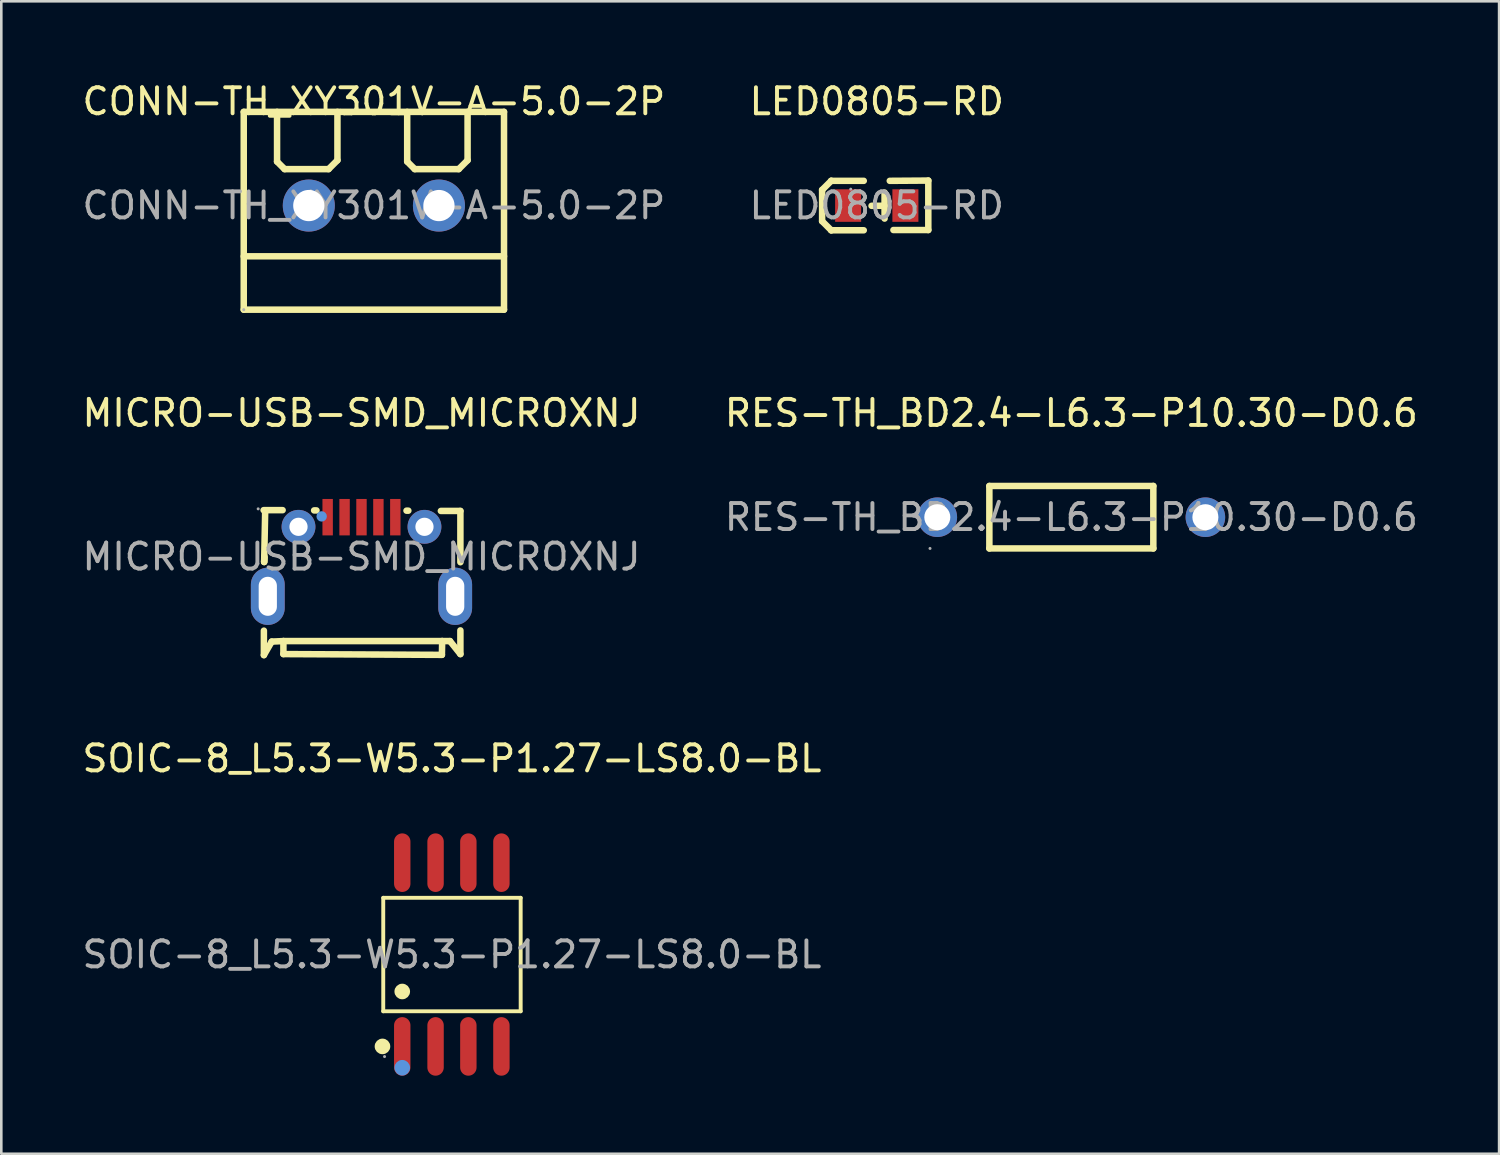
<source format=kicad_pcb>
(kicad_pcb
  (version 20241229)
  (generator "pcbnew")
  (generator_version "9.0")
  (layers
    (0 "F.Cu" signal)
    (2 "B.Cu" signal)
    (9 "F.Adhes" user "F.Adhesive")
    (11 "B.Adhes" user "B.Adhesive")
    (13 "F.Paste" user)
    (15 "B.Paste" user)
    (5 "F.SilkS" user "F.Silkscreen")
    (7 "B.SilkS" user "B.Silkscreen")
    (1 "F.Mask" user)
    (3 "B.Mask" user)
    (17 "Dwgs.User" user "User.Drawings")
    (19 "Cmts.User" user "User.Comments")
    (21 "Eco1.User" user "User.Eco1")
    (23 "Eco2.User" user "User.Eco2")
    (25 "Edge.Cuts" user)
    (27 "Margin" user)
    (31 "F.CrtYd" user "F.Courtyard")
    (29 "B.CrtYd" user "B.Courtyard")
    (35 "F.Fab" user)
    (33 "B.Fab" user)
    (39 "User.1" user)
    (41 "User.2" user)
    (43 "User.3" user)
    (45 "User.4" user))
  (footprint "LED0805-RD"
    (layer "F.Cu")
    (at 30.637 4.848)
    (property "Reference" "LED0805-RD" (at 0 -4 0) (layer "F.SilkS") (effects (font (size 1 1) (thickness 0.15))))
    (attr smd)
    (fp_line (start -2.1 -0.6) (end -2.1 0.6) (stroke (width 0.25) (type solid)) (layer "F.SilkS"))
    (fp_line (start -1.75 -0.95) (end -2.1 -0.6) (stroke (width 0.25) (type solid)) (layer "F.SilkS"))
    (fp_line (start -1.75 -0.95) (end -1.75 -0.95) (stroke (width 0.25) (type solid)) (layer "F.SilkS"))
    (fp_line (start -1.75 0.95) (end -2.1 0.6) (stroke (width 0.25) (type solid)) (layer "F.SilkS"))
    (fp_line (start -1.75 0.95) (end -1.75 0.95) (stroke (width 0.25) (type solid)) (layer "F.SilkS"))
    (fp_line (start -0.5 -0.95) (end -1.75 -0.95) (stroke (width 0.25) (type solid)) (layer "F.SilkS"))
    (fp_line (start -0.5 0.95) (end -1.75 0.95) (stroke (width 0.25) (type solid)) (layer "F.SilkS"))
    (fp_line (start 0.3 -0.5) (end 0.3 0.5) (stroke (width 0.25) (type solid)) (layer "F.SilkS"))
    (fp_line (start 0.3 0.01) (end -0.2 0.01) (stroke (width 0.25) (type solid)) (layer "F.SilkS"))
    (fp_line (start 0.5 -0.95) (end 1.98 -0.96) (stroke (width 0.25) (type solid)) (layer "F.SilkS"))
    (fp_line (start 0.64 0.94) (end 1.98 0.94) (stroke (width 0.25) (type solid)) (layer "F.SilkS"))
    (fp_line (start 1.98 -0.96) (end 1.98 0.94) (stroke (width 0.25) (type solid)) (layer "F.SilkS"))
    (fp_circle (center -1 -0.63) (end -0.97 -0.63) (stroke (width 0.06) (type solid)) (fill no) (layer "F.Fab"))
    (fp_text user "${REFERENCE}" (at 0 0 0) (layer "F.Fab") (effects (font (size 1 1) (thickness 0.15))))
    (pad "1" smd rect (at -1.1 0 180) (size 1 1.25) (layers "F.Cu" "F.Mask" "F.Paste"))
    (pad "2" smd rect (at 1.1 0 180) (size 1 1.25) (layers "F.Cu" "F.Mask" "F.Paste")))
  (footprint "CONN-TH_XY301V-A-5.0-2P"
    (layer "F.Cu")
    (at 11.315 4.848)
    (property "Reference" "CONN-TH_XY301V-A-5.0-2P" (at 0 -4 0) (layer "F.SilkS") (effects (font (size 1 1) (thickness 0.15))))
    (attr smd)
    (fp_line (start -5 -3.6) (end -5 4) (stroke (width 0.25) (type solid)) (layer "F.SilkS"))
    (fp_line (start -5 -3.6) (end 5 -3.6) (stroke (width 0.25) (type solid)) (layer "F.SilkS"))
    (fp_line (start -5 1.95) (end 5 1.95) (stroke (width 0.25) (type solid)) (layer "F.SilkS"))
    (fp_line (start -5 4) (end 5 4) (stroke (width 0.25) (type solid)) (layer "F.SilkS"))
    (fp_line (start -3.72 -3.6) (end -3.72 -1.69) (stroke (width 0.25) (type solid)) (layer "F.SilkS"))
    (fp_line (start -3.72 -1.69) (end -3.43 -1.4) (stroke (width 0.25) (type solid)) (layer "F.SilkS"))
    (fp_line (start -3.43 -1.4) (end -1.74 -1.4) (stroke (width 0.25) (type solid)) (layer "F.SilkS"))
    (fp_line (start -1.74 -1.4) (end -1.4 -1.74) (stroke (width 0.25) (type solid)) (layer "F.SilkS"))
    (fp_line (start -1.4 -1.74) (end -1.4 -3.6) (stroke (width 0.25) (type solid)) (layer "F.SilkS"))
    (fp_line (start 1.28 -3.6) (end 1.28 -1.69) (stroke (width 0.25) (type solid)) (layer "F.SilkS"))
    (fp_line (start 1.28 -1.69) (end 1.57 -1.4) (stroke (width 0.25) (type solid)) (layer "F.SilkS"))
    (fp_line (start 1.57 -1.4) (end 3.26 -1.4) (stroke (width 0.25) (type solid)) (layer "F.SilkS"))
    (fp_line (start 3.26 -1.4) (end 3.6 -1.74) (stroke (width 0.25) (type solid)) (layer "F.SilkS"))
    (fp_line (start 3.6 -1.74) (end 3.6 -3.6) (stroke (width 0.25) (type solid)) (layer "F.SilkS"))
    (fp_line (start 5 -3.6) (end 5 4) (stroke (width 0.25) (type solid)) (layer "F.SilkS"))
    (fp_circle (center -5 4) (end -4.97 4) (stroke (width 0.06) (type solid)) (fill no) (layer "F.Fab"))
    (fp_circle (center -2.5 0) (end -2.25 0) (stroke (width 0.5) (type solid)) (fill no) (layer "F.Fab"))
    (fp_circle (center 2.5 0) (end 2.75 0) (stroke (width 0.5) (type solid)) (fill no) (layer "F.Fab"))
    (fp_text user "${REFERENCE}" (at 0 0 0) (layer "F.Fab") (effects (font (size 1 1) (thickness 0.15))))
    (pad "1" thru_hole circle (at -2.5 0) (size 2 2) (drill 1.2) (layers "*.Cu" "*.Paste" "*.Mask"))
    (pad "2" thru_hole circle (at 2.5 0) (size 2 2) (drill 1.2) (layers "*.Cu" "*.Paste" "*.Mask")))
  (footprint "SOIC-8_L5.3-W5.3-P1.27-LS8.0-BL"
    (layer "F.Cu")
    (at 14.315 33.625)
    (property "Reference" "SOIC-8_L5.3-W5.3-P1.27-LS8.0-BL" (at 0 -7.53 0) (layer "F.SilkS") (effects (font (size 1 1) (thickness 0.15))))
    (attr smd)
    (fp_line (start -2.64 -2.18) (end 2.64 -2.18) (stroke (width 0.15) (type solid)) (layer "F.SilkS"))
    (fp_line (start -2.64 2.18) (end -2.64 -2.18) (stroke (width 0.15) (type solid)) (layer "F.SilkS"))
    (fp_line (start 2.64 -2.18) (end 2.64 2.18) (stroke (width 0.15) (type solid)) (layer "F.SilkS"))
    (fp_line (start 2.64 2.18) (end -2.64 2.18) (stroke (width 0.15) (type solid)) (layer "F.SilkS"))
    (fp_circle (center -2.67 3.53) (end -2.52 3.53) (stroke (width 0.3) (type solid)) (fill no) (layer "F.SilkS"))
    (fp_circle (center -1.91 1.42) (end -1.76 1.42) (stroke (width 0.3) (type solid)) (fill no) (layer "F.SilkS"))
    (fp_circle (center -1.91 4.35) (end -1.76 4.35) (stroke (width 0.3) (type solid)) (fill no) (layer "Cmts.User"))
    (fp_circle (center -2.59 3.92) (end -2.56 3.92) (stroke (width 0.06) (type solid)) (fill no) (layer "F.Fab"))
    (fp_text user "${REFERENCE}" (at 0 0 0) (layer "F.Fab") (effects (font (size 1 1) (thickness 0.15))))
    (pad "1" smd oval (at -1.91 3.53) (size 0.63 2.25) (layers "F.Cu" "F.Mask" "F.Paste"))
    (pad "2" smd oval (at -0.63 3.53) (size 0.63 2.25) (layers "F.Cu" "F.Mask" "F.Paste"))
    (pad "3" smd oval (at 0.63 3.53) (size 0.63 2.25) (layers "F.Cu" "F.Mask" "F.Paste"))
    (pad "4" smd oval (at 1.9 3.53) (size 0.63 2.25) (layers "F.Cu" "F.Mask" "F.Paste"))
    (pad "5" smd oval (at 1.9 -3.53) (size 0.63 2.25) (layers "F.Cu" "F.Mask" "F.Paste"))
    (pad "6" smd oval (at 0.63 -3.53) (size 0.63 2.25) (layers "F.Cu" "F.Mask" "F.Paste"))
    (pad "7" smd oval (at -0.63 -3.53) (size 0.63 2.25) (layers "F.Cu" "F.Mask" "F.Paste"))
    (pad "8" smd oval (at -1.91 -3.53) (size 0.63 2.25) (layers "F.Cu" "F.Mask" "F.Paste")))
  (footprint "MICRO-USB-SMD_MICROXNJ"
    (layer "F.Cu")
    (at 10.839 18.341)
    (property "Reference" "MICRO-USB-SMD_MICROXNJ" (at 0 -5.52 0) (layer "F.SilkS") (effects (font (size 1 1) (thickness 0.15))))
    (attr smd)
    (fp_line (start -3.76 -1.79) (end -3.03 -1.79) (stroke (width 0.25) (type solid)) (layer "F.SilkS"))
    (fp_line (start -3.75 3.78) (end -3.75 2.84) (stroke (width 0.25) (type solid)) (layer "F.SilkS"))
    (fp_line (start -3.74 0.2) (end -3.73 -0.01) (stroke (width 0.25) (type solid)) (layer "F.SilkS"))
    (fp_line (start -3.74 0.2) (end -3.73 0.03) (stroke (width 0.25) (type solid)) (layer "F.SilkS"))
    (fp_line (start -3.74 0.2) (end -3.7 -1.76) (stroke (width 0.25) (type solid)) (layer "F.SilkS"))
    (fp_line (start -3.45 3.26) (end -3.75 3.78) (stroke (width 0.25) (type solid)) (layer "F.SilkS"))
    (fp_line (start -3 3.24) (end -3.45 3.26) (stroke (width 0.25) (type solid)) (layer "F.SilkS"))
    (fp_line (start -3 3.24) (end -3 3.74) (stroke (width 0.25) (type solid)) (layer "F.SilkS"))
    (fp_line (start -3 3.24) (end 3.1 3.24) (stroke (width 0.25) (type solid)) (layer "F.SilkS"))
    (fp_line (start -3 3.74) (end 3.09 3.77) (stroke (width 0.25) (type solid)) (layer "F.SilkS"))
    (fp_line (start -1.82 -1.78) (end -1.73 -1.78) (stroke (width 0.25) (type solid)) (layer "F.SilkS"))
    (fp_line (start 1.73 -1.77) (end 1.8 -1.77) (stroke (width 0.25) (type solid)) (layer "F.SilkS"))
    (fp_line (start 3.05 -1.76) (end 3.8 -1.76) (stroke (width 0.25) (type solid)) (layer "F.SilkS"))
    (fp_line (start 3.09 3.77) (end 3.1 3.24) (stroke (width 0.25) (type solid)) (layer "F.SilkS"))
    (fp_line (start 3.1 3.24) (end 3.4 3.24) (stroke (width 0.25) (type solid)) (layer "F.SilkS"))
    (fp_line (start 3.4 3.24) (end 3.8 3.74) (stroke (width 0.25) (type solid)) (layer "F.SilkS"))
    (fp_line (start 3.8 -1.76) (end 3.8 0.21) (stroke (width 0.25) (type solid)) (layer "F.SilkS"))
    (fp_line (start 3.8 3.74) (end 3.8 2.83) (stroke (width 0.25) (type solid)) (layer "F.SilkS"))
    (fp_circle (center -1.53 -1.55) (end -1.43 -1.55) (stroke (width 0.2) (type solid)) (fill no) (layer "Cmts.User"))
    (fp_circle (center -3.97 -1.84) (end -3.94 -1.84) (stroke (width 0.06) (type solid)) (fill no) (layer "F.Fab"))
    (fp_text user "${REFERENCE}" (at 0 0 0) (layer "F.Fab") (effects (font (size 1 1) (thickness 0.15))))
    (pad "1" smd rect (at -1.3 -1.52 270) (size 1.4 0.4) (layers "F.Cu" "F.Mask" "F.Paste"))
    (pad "2" smd rect (at -0.65 -1.52 270) (size 1.4 0.4) (layers "F.Cu" "F.Mask" "F.Paste"))
    (pad "3" smd rect (at 0 -1.52 270) (size 1.4 0.4) (layers "F.Cu" "F.Mask" "F.Paste"))
    (pad "4" smd rect (at 0.65 -1.52 270) (size 1.4 0.4) (layers "F.Cu" "F.Mask" "F.Paste"))
    (pad "5" smd rect (at 1.3 -1.52 270) (size 1.4 0.4) (layers "F.Cu" "F.Mask" "F.Paste"))
    (pad "6" thru_hole circle (at 2.42 -1.15) (size 1.3 1.3) (drill 0.7) (layers "*.Cu" "*.Paste" "*.Mask"))
    (pad "7" thru_hole oval (at 3.6 1.52) (size 1.3 2.2) (drill oval 0.7 1.5) (layers "*.Cu" "*.Paste" "*.Mask"))
    (pad "8" thru_hole oval (at -3.6 1.52) (size 1.3 2.2) (drill oval 0.7 1.5) (layers "*.Cu" "*.Paste" "*.Mask"))
    (pad "9" thru_hole circle (at -2.42 -1.15) (size 1.3 1.3) (drill 0.7) (layers "*.Cu" "*.Paste" "*.Mask")))
  (footprint "RES-TH_BD2.4-L6.3-P10.30-D0.6"
    (layer "F.Cu")
    (at 38.113 16.822)
    (property "Reference" "RES-TH_BD2.4-L6.3-P10.30-D0.6" (at 0 -4 0) (layer "F.SilkS") (effects (font (size 1 1) (thickness 0.15))))
    (attr smd)
    (fp_line (start -3.15 -1.2) (end 3.15 -1.2) (stroke (width 0.25) (type solid)) (layer "F.SilkS"))
    (fp_line (start -3.15 1.2) (end -3.15 -1.2) (stroke (width 0.25) (type solid)) (layer "F.SilkS"))
    (fp_line (start 3.15 -1.2) (end 3.15 1.2) (stroke (width 0.25) (type solid)) (layer "F.SilkS"))
    (fp_line (start 3.15 1.2) (end -3.15 1.2) (stroke (width 0.25) (type solid)) (layer "F.SilkS"))
    (fp_circle (center -5.43 1.2) (end -5.4 1.2) (stroke (width 0.06) (type solid)) (fill no) (layer "F.Fab"))
    (fp_circle (center -5.15 0) (end -5.01 0) (stroke (width 0.28) (type solid)) (fill no) (layer "F.Fab"))
    (fp_circle (center 5.15 0) (end 5.29 0) (stroke (width 0.28) (type solid)) (fill no) (layer "F.Fab"))
    (fp_text user "${REFERENCE}" (at 0 0 0) (layer "F.Fab") (effects (font (size 1 1) (thickness 0.15))))
    (pad "1" thru_hole circle (at -5.15 0) (size 1.52 1.52) (drill 1) (layers "*.Cu" "*.Paste" "*.Mask"))
    (pad "2" thru_hole circle (at 5.15 0) (size 1.52 1.52) (drill 1) (layers "*.Cu" "*.Paste" "*.Mask")))
  (gr_rect
    (start -3 -3)
    (end 54.548 41.28)
    (stroke (width 0.1) (type default))
    (fill no)
    (layer "Edge.Cuts")))
</source>
